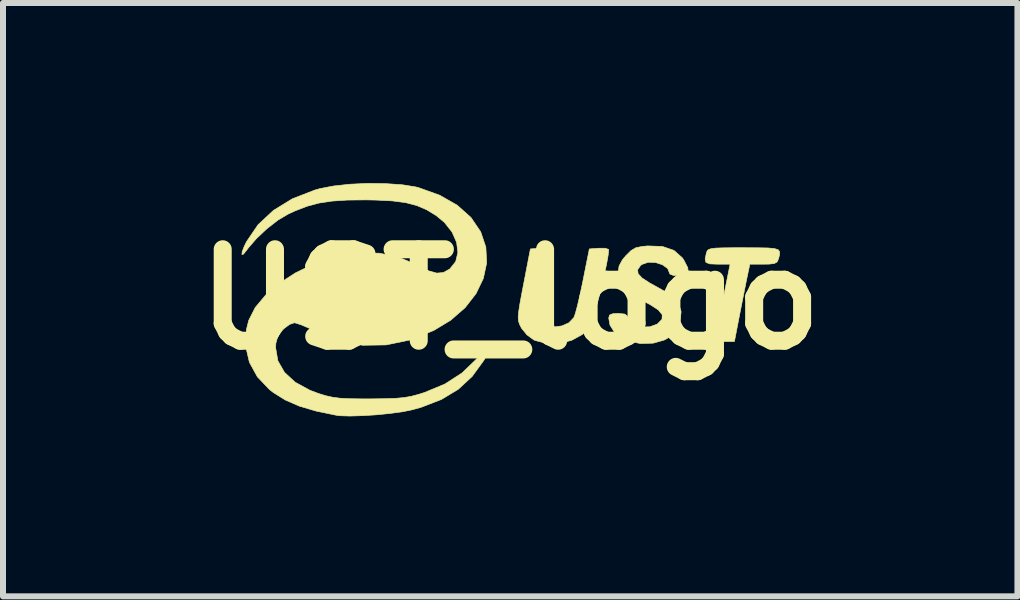
<source format=kicad_pcb>
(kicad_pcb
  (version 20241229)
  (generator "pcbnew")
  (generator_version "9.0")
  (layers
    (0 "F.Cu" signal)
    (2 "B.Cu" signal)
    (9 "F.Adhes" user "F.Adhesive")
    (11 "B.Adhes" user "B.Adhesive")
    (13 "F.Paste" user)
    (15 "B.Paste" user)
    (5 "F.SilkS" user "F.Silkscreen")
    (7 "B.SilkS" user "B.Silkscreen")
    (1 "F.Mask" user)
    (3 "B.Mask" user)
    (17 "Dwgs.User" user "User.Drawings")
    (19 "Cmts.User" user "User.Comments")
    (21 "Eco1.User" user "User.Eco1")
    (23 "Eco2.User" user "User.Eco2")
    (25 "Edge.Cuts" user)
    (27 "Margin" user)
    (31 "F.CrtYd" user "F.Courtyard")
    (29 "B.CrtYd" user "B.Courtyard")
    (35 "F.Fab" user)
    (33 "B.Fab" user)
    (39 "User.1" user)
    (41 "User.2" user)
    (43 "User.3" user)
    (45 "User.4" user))
  (footprint "UST_logo"
    (layer "F.Cu")
    (at 5.45 1.937)
    (property "Reference" "UST_logo" (at 0 0 0) (layer "F.SilkS") (effects (font (size 1.524 1.524) (thickness 0.3))))
    (attr through_hole)
    (fp_poly (pts (xy 4.126 -0.859) (xy 4.293 -0.856) (xy 4.401 -0.846) (xy 4.463 -0.827) (xy 4.488 -0.794) (xy 4.487 -0.745) (xy 4.47 -0.676) (xy 4.469 -0.674) (xy 4.447 -0.624) (xy 4.402 -0.598) (xy 4.313 -0.587) (xy 4.219 -0.586) (xy 3.992 -0.586) (xy 3.953 -0.401) (xy 3.929 -0.286) (xy 3.896 -0.119) (xy 3.857 0.076) (xy 3.824 0.244) (xy 3.735 0.703) (xy 3.567 0.703) (xy 3.463 0.7) (xy 3.418 0.681) (xy 3.415 0.637) (xy 3.419 0.615) (xy 3.434 0.547) (xy 3.461 0.417) (xy 3.496 0.244) (xy 3.536 0.044) (xy 3.551 -0.029) (xy 3.663 -0.586) (xy 3.453 -0.586) (xy 3.325 -0.591) (xy 3.261 -0.615) (xy 3.247 -0.672) (xy 3.268 -0.772) (xy 3.28 -0.805) (xy 3.302 -0.829) (xy 3.346 -0.844) (xy 3.424 -0.854) (xy 3.549 -0.858) (xy 3.732 -0.86) (xy 3.893 -0.86) (xy 4.126 -0.859)) (stroke (width 0.01) (type solid)) (fill yes) (layer "F.SilkS"))
    (fp_poly (pts (xy 0.659 -0.848) (xy 0.664 -0.843) (xy 0.657 -0.798) (xy 0.638 -0.692) (xy 0.609 -0.539) (xy 0.573 -0.354) (xy 0.564 -0.309) (xy 0.528 -0.109) (xy 0.499 0.071) (xy 0.481 0.213) (xy 0.476 0.3) (xy 0.476 0.307) (xy 0.52 0.393) (xy 0.612 0.444) (xy 0.733 0.46) (xy 0.862 0.442) (xy 0.978 0.39) (xy 1.06 0.304) (xy 1.062 0.299) (xy 1.086 0.232) (xy 1.12 0.105) (xy 1.16 -0.066) (xy 1.202 -0.262) (xy 1.212 -0.311) (xy 1.318 -0.84) (xy 1.48 -0.852) (xy 1.582 -0.851) (xy 1.637 -0.833) (xy 1.641 -0.824) (xy 1.631 -0.732) (xy 1.605 -0.586) (xy 1.566 -0.404) (xy 1.519 -0.203) (xy 1.469 -0.002) (xy 1.419 0.182) (xy 1.375 0.332) (xy 1.339 0.429) (xy 1.33 0.447) (xy 1.203 0.584) (xy 1.027 0.681) (xy 0.823 0.734) (xy 0.612 0.737) (xy 0.415 0.685) (xy 0.391 0.674) (xy 0.278 0.591) (xy 0.188 0.48) (xy 0.182 0.469) (xy 0.155 0.414) (xy 0.138 0.363) (xy 0.133 0.3) (xy 0.14 0.213) (xy 0.159 0.086) (xy 0.192 -0.094) (xy 0.223 -0.254) (xy 0.336 -0.84) (xy 0.5 -0.852) (xy 0.601 -0.855) (xy 0.659 -0.848)) (stroke (width 0.01) (type solid)) (fill yes) (layer "F.SilkS"))
    (fp_poly (pts (xy 2.536 -0.881) (xy 2.728 -0.815) (xy 2.867 -0.692) (xy 2.891 -0.657) (xy 2.958 -0.527) (xy 2.967 -0.445) (xy 2.917 -0.402) (xy 2.814 -0.391) (xy 2.716 -0.399) (xy 2.661 -0.421) (xy 2.657 -0.43) (xy 2.623 -0.514) (xy 2.535 -0.577) (xy 2.419 -0.614) (xy 2.297 -0.618) (xy 2.193 -0.581) (xy 2.17 -0.562) (xy 2.123 -0.494) (xy 2.13 -0.428) (xy 2.196 -0.356) (xy 2.327 -0.271) (xy 2.438 -0.21) (xy 2.584 -0.127) (xy 2.706 -0.044) (xy 2.784 0.025) (xy 2.798 0.044) (xy 2.847 0.206) (xy 2.829 0.374) (xy 2.751 0.528) (xy 2.619 0.649) (xy 2.568 0.677) (xy 2.382 0.73) (xy 2.169 0.736) (xy 1.961 0.695) (xy 1.894 0.669) (xy 1.749 0.568) (xy 1.662 0.429) (xy 1.641 0.311) (xy 1.655 0.261) (xy 1.71 0.239) (xy 1.798 0.234) (xy 1.908 0.245) (xy 1.952 0.278) (xy 1.954 0.291) (xy 1.988 0.372) (xy 2.076 0.43) (xy 2.196 0.46) (xy 2.325 0.457) (xy 2.441 0.416) (xy 2.455 0.407) (xy 2.529 0.332) (xy 2.533 0.257) (xy 2.467 0.176) (xy 2.328 0.086) (xy 2.232 0.037) (xy 2.038 -0.066) (xy 1.908 -0.161) (xy 1.833 -0.259) (xy 1.801 -0.372) (xy 1.798 -0.435) (xy 1.813 -0.555) (xy 1.871 -0.662) (xy 1.929 -0.73) (xy 2.014 -0.814) (xy 2.094 -0.86) (xy 2.201 -0.882) (xy 2.291 -0.89) (xy 2.536 -0.881)) (stroke (width 0.01) (type solid)) (fill yes) (layer "F.SilkS"))
    (fp_poly (pts (xy -2.074 -1.928) (xy -1.798 -1.909) (xy -1.57 -1.872) (xy -1.527 -1.861) (xy -1.176 -1.735) (xy -0.884 -1.569) (xy -0.654 -1.364) (xy -0.492 -1.125) (xy -0.406 -0.87) (xy -0.392 -0.608) (xy -0.448 -0.348) (xy -0.569 -0.096) (xy -0.751 0.138) (xy -0.992 0.348) (xy -1.275 0.519) (xy -1.671 0.677) (xy -2.067 0.759) (xy -2.458 0.765) (xy -2.842 0.694) (xy -3.215 0.546) (xy -3.215 0.546) (xy -3.363 0.475) (xy -3.492 0.421) (xy -3.582 0.393) (xy -3.6 0.391) (xy -3.677 0.418) (xy -3.768 0.486) (xy -3.794 0.512) (xy -3.873 0.619) (xy -3.905 0.735) (xy -3.908 0.807) (xy -3.871 1.024) (xy -3.761 1.216) (xy -3.582 1.381) (xy -3.336 1.515) (xy -3.192 1.569) (xy -3.071 1.606) (xy -2.958 1.631) (xy -2.834 1.647) (xy -2.681 1.655) (xy -2.481 1.658) (xy -2.325 1.658) (xy -2.087 1.655) (xy -1.908 1.649) (xy -1.767 1.636) (xy -1.647 1.615) (xy -1.527 1.583) (xy -1.426 1.551) (xy -1.087 1.41) (xy -0.801 1.225) (xy -0.55 0.983) (xy -0.509 0.936) (xy -0.403 0.815) (xy -0.338 0.76) (xy -0.318 0.769) (xy -0.342 0.839) (xy -0.412 0.97) (xy -0.441 1.019) (xy -0.634 1.284) (xy -0.865 1.498) (xy -1.145 1.667) (xy -1.483 1.798) (xy -1.634 1.84) (xy -1.796 1.873) (xy -2.004 1.901) (xy -2.234 1.924) (xy -2.464 1.938) (xy -2.672 1.944) (xy -2.835 1.939) (xy -2.892 1.932) (xy -3.235 1.861) (xy -3.515 1.778) (xy -3.747 1.677) (xy -3.947 1.552) (xy -4.012 1.501) (xy -4.212 1.291) (xy -4.345 1.049) (xy -4.407 0.784) (xy -4.396 0.507) (xy -4.356 0.349) (xy -4.248 0.136) (xy -4.075 -0.071) (xy -3.848 -0.266) (xy -3.581 -0.439) (xy -3.284 -0.584) (xy -2.972 -0.694) (xy -2.656 -0.76) (xy -2.526 -0.773) (xy -2.181 -0.769) (xy -1.871 -0.707) (xy -1.573 -0.582) (xy -1.537 -0.563) (xy -1.359 -0.475) (xy -1.223 -0.437) (xy -1.113 -0.447) (xy -1.011 -0.504) (xy -1.005 -0.508) (xy -0.908 -0.63) (xy -0.872 -0.781) (xy -0.893 -0.949) (xy -0.969 -1.121) (xy -1.096 -1.282) (xy -1.235 -1.397) (xy -1.393 -1.493) (xy -1.557 -1.563) (xy -1.741 -1.611) (xy -1.962 -1.64) (xy -2.236 -1.654) (xy -2.403 -1.657) (xy -2.715 -1.654) (xy -2.97 -1.637) (xy -3.187 -1.604) (xy -3.387 -1.55) (xy -3.589 -1.472) (xy -3.701 -1.42) (xy -3.868 -1.321) (xy -4.052 -1.178) (xy -4.226 -1.015) (xy -4.366 -0.853) (xy -4.388 -0.823) (xy -4.444 -0.753) (xy -4.47 -0.747) (xy -4.465 -0.795) (xy -4.429 -0.888) (xy -4.393 -0.961) (xy -4.201 -1.243) (xy -3.946 -1.481) (xy -3.63 -1.675) (xy -3.257 -1.82) (xy -3.177 -1.843) (xy -2.948 -1.888) (xy -2.672 -1.918) (xy -2.373 -1.932) (xy -2.074 -1.928)) (stroke (width 0.01) (type solid)) (fill yes) (layer "F.SilkS")))
  (gr_rect
    (start -3 -3)
    (end 13.9 6.885)
    (stroke (width 0.1) (type default))
    (fill no)
    (layer "Edge.Cuts")))
</source>
